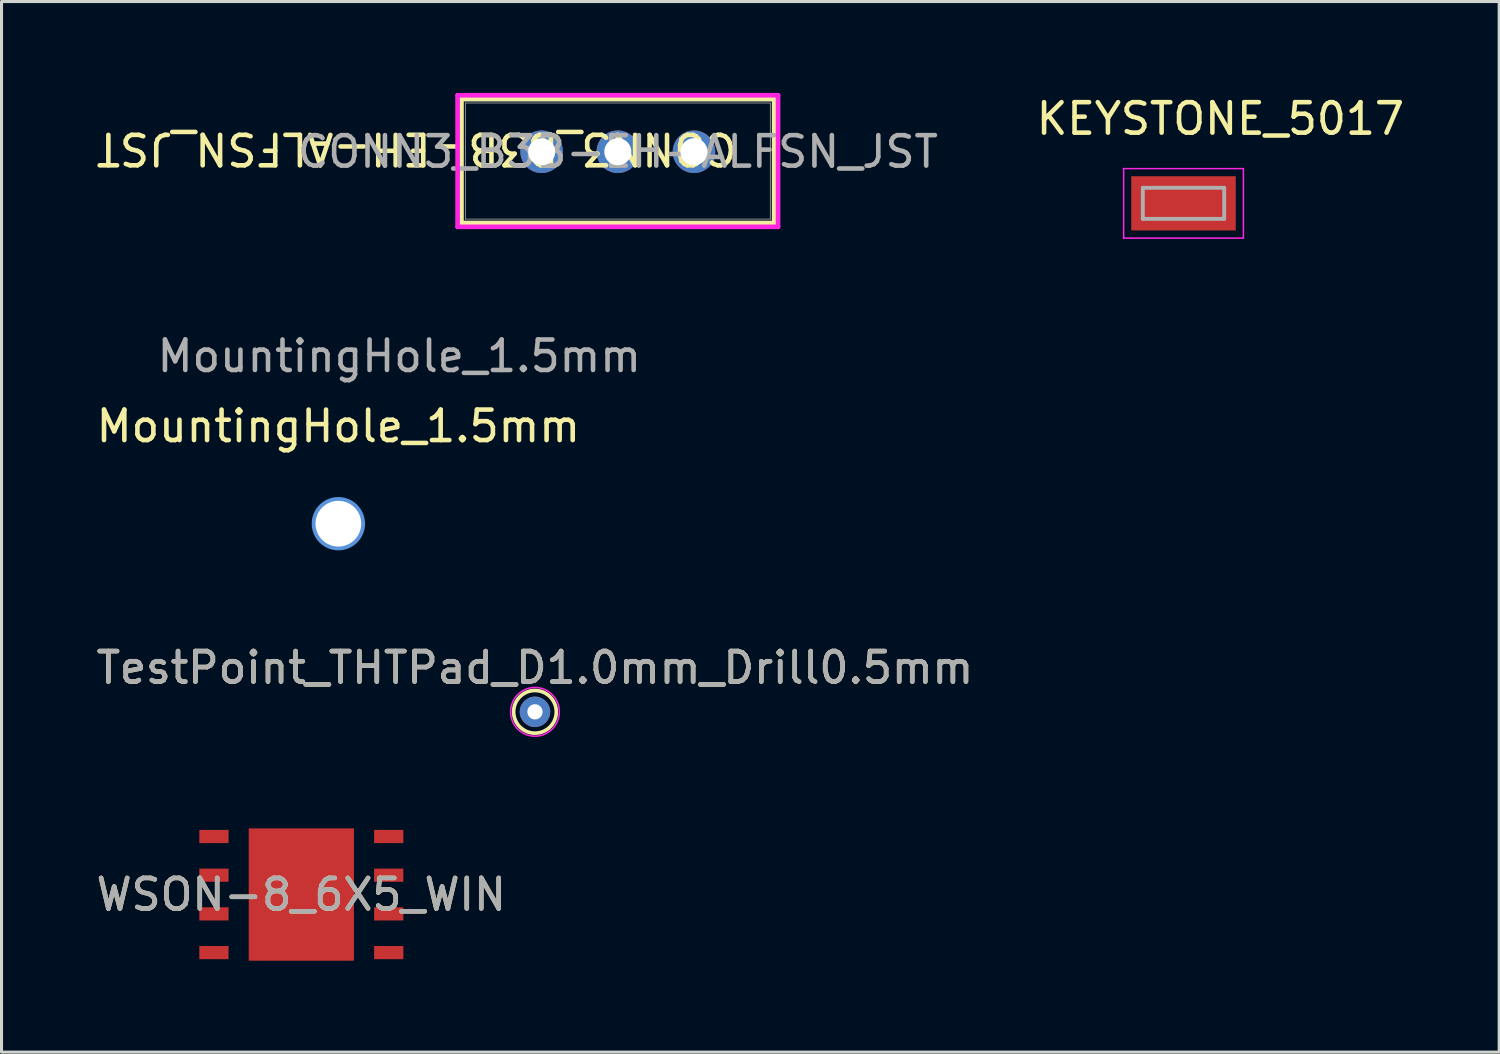
<source format=kicad_pcb>
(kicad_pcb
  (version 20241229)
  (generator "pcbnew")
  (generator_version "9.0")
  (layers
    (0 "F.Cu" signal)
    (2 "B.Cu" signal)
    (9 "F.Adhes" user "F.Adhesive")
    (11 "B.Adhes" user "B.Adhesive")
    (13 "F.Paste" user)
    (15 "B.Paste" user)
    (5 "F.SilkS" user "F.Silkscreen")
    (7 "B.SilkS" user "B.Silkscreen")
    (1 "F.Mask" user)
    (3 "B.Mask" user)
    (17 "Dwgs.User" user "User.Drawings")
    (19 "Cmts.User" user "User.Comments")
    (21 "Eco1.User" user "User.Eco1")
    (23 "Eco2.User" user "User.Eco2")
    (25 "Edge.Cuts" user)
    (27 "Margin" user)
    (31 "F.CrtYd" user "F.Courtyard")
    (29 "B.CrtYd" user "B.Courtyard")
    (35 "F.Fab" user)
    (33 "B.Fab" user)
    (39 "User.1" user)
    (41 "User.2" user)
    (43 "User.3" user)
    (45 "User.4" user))
  (footprint "TestPoint_THTPad_D1.0mm_Drill0.5mm"
    (layer "F.Cu")
    (at 14.506 20.31)
    (property "Reference" "TestPoint_THTPad_D1.0mm_Drill0.5mm" (at 0 -1.448 0) (layer "F.SilkS") (effects (font (size 1 1) (thickness 0.15))))
    (attr exclude_from_pos_files exclude_from_bom)
    (fp_circle (center 0 0) (end 0 0.7) (stroke (width 0.12) (type solid)) (fill no) (layer "F.SilkS"))
    (fp_circle (center 0 0) (end 0.8 0) (stroke (width 0.05) (type solid)) (fill no) (layer "F.CrtYd"))
    (fp_text user "${REFERENCE}" (at 0 -1.45 0) (layer "F.Fab") (effects (font (size 1 1) (thickness 0.15))))
    (pad "1" thru_hole circle (at 0 0) (size 1 1) (drill 0.5) (layers "*.Cu" "*.Mask")))
  (footprint "MountingHole_1.5mm"
    (layer "F.Cu")
    (at 8.054 14.136)
    (property "Reference" "MountingHole_1.5mm" (at 0 -3.2 0) (layer "F.SilkS") (effects (font (size 1 1) (thickness 0.15))))
    (attr exclude_from_pos_files exclude_from_bom)
    (fp_circle (center 0 0) (end 0.8 0) (stroke (width 0.15) (type solid)) (fill no) (layer "Cmts.User"))
    (fp_circle (center 0 0) (end 0.8 0) (stroke (width 0.05) (type solid)) (fill no) (layer "F.CrtYd"))
    (fp_text user "${REFERENCE}" (at 2 -5.5 0) (layer "F.Fab") (effects (font (size 1 1) (thickness 0.15))))
    (pad "" np_thru_hole circle (at 0 0) (size 1.5 1.5) (drill 1.5) (layers "*.Cu" "*.Mask")))
  (footprint "KEYSTONE_5017"
    (layer "F.Cu")
    (at 35.789 3.623)
    (property "Reference" "KEYSTONE_5017" (at 1.21 -2.775 0) (layer "F.SilkS") (effects (font (size 1 1) (thickness 0.15))))
    (attr smd)
    (fp_line (start -1.965 -1.14) (end -1.965 1.14) (stroke (width 0.05) (type solid)) (layer "F.CrtYd"))
    (fp_line (start -1.965 1.14) (end 1.965 1.14) (stroke (width 0.05) (type solid)) (layer "F.CrtYd"))
    (fp_line (start 1.965 -1.14) (end -1.965 -1.14) (stroke (width 0.05) (type solid)) (layer "F.CrtYd"))
    (fp_line (start 1.965 1.14) (end 1.965 -1.14) (stroke (width 0.05) (type solid)) (layer "F.CrtYd"))
    (fp_line (start -1.335 -0.51) (end 1.335 -0.51) (stroke (width 0.127) (type solid)) (layer "F.Fab"))
    (fp_line (start -1.335 0.51) (end -1.335 -0.51) (stroke (width 0.127) (type solid)) (layer "F.Fab"))
    (fp_line (start 1.335 -0.51) (end 1.335 0.51) (stroke (width 0.127) (type solid)) (layer "F.Fab"))
    (fp_line (start 1.335 0.51) (end -1.335 0.51) (stroke (width 0.127) (type solid)) (layer "F.Fab"))
    (pad "TP" smd rect (at 0 0) (size 3.43 1.78) (layers "F.Cu" "F.Mask" "F.Paste")))
  (footprint "WSON-8_6X5_WIN"
    (layer "F.Cu")
    (at 6.839 26.306)
    (property "Reference" "WSON-8_6X5_WIN" (at 0 0 0) (unlocked yes) (layer "F.SilkS") (effects (font (size 1 1) (thickness 0.15))))
    (attr smd)
    (fp_text user "${REFERENCE}" (at 0 0 0) (unlocked yes) (layer "F.Fab") (effects (font (size 1 1) (thickness 0.15))))
    (pad "1" smd rect (at -2.868 -1.905) (size 0.96 0.433) (layers "F.Cu" "F.Mask" "F.Paste"))
    (pad "2" smd rect (at -2.868 -0.635) (size 0.96 0.433) (layers "F.Cu" "F.Mask" "F.Paste"))
    (pad "3" smd rect (at -2.868 0.635) (size 0.96 0.433) (layers "F.Cu" "F.Mask" "F.Paste"))
    (pad "4" smd rect (at -2.868 1.905) (size 0.96 0.433) (layers "F.Cu" "F.Mask" "F.Paste"))
    (pad "5" smd rect (at 2.868 1.905) (size 0.96 0.433) (layers "F.Cu" "F.Mask" "F.Paste"))
    (pad "6" smd rect (at 2.868 0.635) (size 0.96 0.433) (layers "F.Cu" "F.Mask" "F.Paste"))
    (pad "7" smd rect (at 2.868 -0.635) (size 0.96 0.433) (layers "F.Cu" "F.Mask" "F.Paste"))
    (pad "8" smd rect (at 2.868 -1.905) (size 0.96 0.433) (layers "F.Cu" "F.Mask" "F.Paste"))
    (pad "9" smd rect (at 0 0) (size 3.454 4.343) (layers "F.Cu" "F.Mask" "F.Paste")))
  (footprint "CONN3_B3B-EH-ALFSN_JST"
    (layer "F.Cu")
    (at 17.225 1.93)
    (property "Reference" "CONN3_B3B-EH-ALFSN_JST" (at -6.6 -0.1 180) (unlocked yes) (layer "F.SilkS") (effects (font (size 1 1) (thickness 0.15))))
    (attr through_hole)
    (fp_line (start -5.131 -1.727) (end -5.131 2.337) (stroke (width 0.152) (type solid)) (layer "F.SilkS"))
    (fp_line (start -5.131 2.337) (end 5.131 2.337) (stroke (width 0.152) (type solid)) (layer "F.SilkS"))
    (fp_line (start 5.131 -1.727) (end -5.131 -1.727) (stroke (width 0.152) (type solid)) (layer "F.SilkS"))
    (fp_line (start 5.131 2.337) (end 5.131 -1.727) (stroke (width 0.152) (type solid)) (layer "F.SilkS"))
    (fp_line (start -5.258 -1.854) (end -5.258 2.464) (stroke (width 0.152) (type solid)) (layer "F.CrtYd"))
    (fp_line (start -5.258 2.464) (end 5.258 2.464) (stroke (width 0.152) (type solid)) (layer "F.CrtYd"))
    (fp_line (start 5.258 -1.854) (end -5.258 -1.854) (stroke (width 0.152) (type solid)) (layer "F.CrtYd"))
    (fp_line (start 5.258 2.464) (end 5.258 -1.854) (stroke (width 0.152) (type solid)) (layer "F.CrtYd"))
    (fp_line (start -5.004 -1.6) (end -5.004 2.21) (stroke (width 0.025) (type solid)) (layer "F.Fab"))
    (fp_line (start -5.004 2.21) (end 5.004 2.21) (stroke (width 0.025) (type solid)) (layer "F.Fab"))
    (fp_line (start 5.004 -1.6) (end -5.004 -1.6) (stroke (width 0.025) (type solid)) (layer "F.Fab"))
    (fp_line (start 5.004 2.21) (end 5.004 -1.6) (stroke (width 0.025) (type solid)) (layer "F.Fab"))
    (fp_text user "${REFERENCE}" (at 0 0 0) (unlocked yes) (layer "F.Fab") (effects (font (size 1 1) (thickness 0.15))))
    (pad "1" thru_hole circle (at -2.5 0) (size 1.397 1.397) (drill 0.889) (layers "*.Cu" "*.Mask"))
    (pad "2" thru_hole circle (at 0 0) (size 1.397 1.397) (drill 0.889) (layers "*.Cu" "*.Mask"))
    (pad "3" thru_hole circle (at 2.5 0) (size 1.397 1.397) (drill 0.889) (layers "*.Cu" "*.Mask")))
  (gr_rect
    (start -3 -3)
    (end 46.148 31.478)
    (stroke (width 0.1) (type default))
    (fill no)
    (layer "Edge.Cuts")))
</source>
